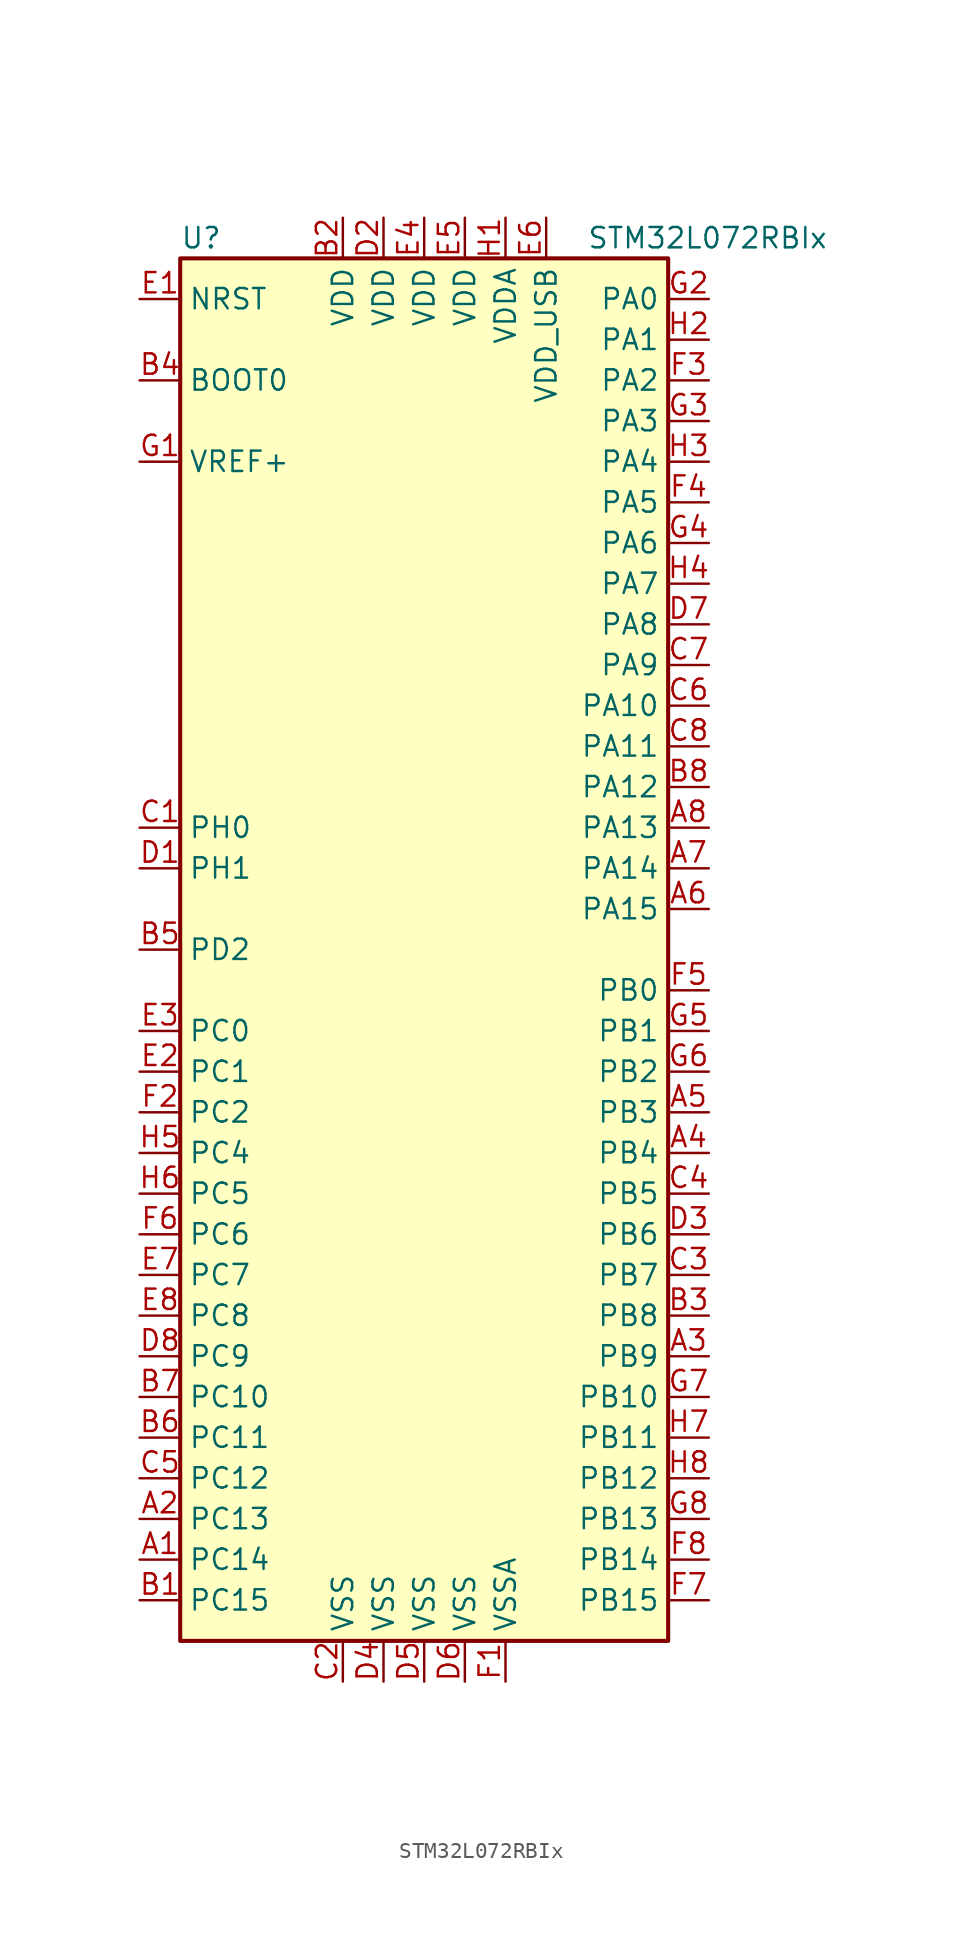
<source format=kicad_sym>
(kicad_symbol_lib
  (version 20201005)
  (generator kicad_symbol_editor)
  (symbol "STM32L072RBIx"
    (property "Reference" "U"
      (at -15.24 44.45 0)
      (effects (font (size 1.27 1.27)) (justify left)))
    (property "Value" "STM32L072RBIx"
      (at 10.16 44.45 0)
      (effects (font (size 1.27 1.27)) (justify left)))
    (symbol "STM32L072RBIx_0_1"
      (rectangle (start -15.24 -43.18) (end 15.24 43.18) (stroke (width 0.254)) (fill (type background))))
    (symbol "STM32L072RBIx_1_1"
      (pin input line (at -17.78 35.56 0) (length 2.54) (name "BOOT0" (effects (font (size 1.27 1.27)))) (number "B4" (effects (font (size 1.27 1.27)))))
      (pin input line (at -17.78 40.64 0) (length 2.54) (name "NRST" (effects (font (size 1.27 1.27)))) (number "E1" (effects (font (size 1.27 1.27)))))
      (pin bidirectional line (at 17.78 40.64 180) (length 2.54) (name "PA0" (effects (font (size 1.27 1.27)))) (number "G2" (effects (font (size 1.27 1.27)))))
      (pin bidirectional line (at 17.78 38.1 180) (length 2.54) (name "PA1" (effects (font (size 1.27 1.27)))) (number "H2" (effects (font (size 1.27 1.27)))))
      (pin bidirectional line (at 17.78 15.24 180) (length 2.54) (name "PA10" (effects (font (size 1.27 1.27)))) (number "C6" (effects (font (size 1.27 1.27)))))
      (pin bidirectional line (at 17.78 12.7 180) (length 2.54) (name "PA11" (effects (font (size 1.27 1.27)))) (number "C8" (effects (font (size 1.27 1.27)))))
      (pin bidirectional line (at 17.78 10.16 180) (length 2.54) (name "PA12" (effects (font (size 1.27 1.27)))) (number "B8" (effects (font (size 1.27 1.27)))))
      (pin bidirectional line (at 17.78 7.62 180) (length 2.54) (name "PA13" (effects (font (size 1.27 1.27)))) (number "A8" (effects (font (size 1.27 1.27)))))
      (pin bidirectional line (at 17.78 5.08 180) (length 2.54) (name "PA14" (effects (font (size 1.27 1.27)))) (number "A7" (effects (font (size 1.27 1.27)))))
      (pin bidirectional line (at 17.78 2.54 180) (length 2.54) (name "PA15" (effects (font (size 1.27 1.27)))) (number "A6" (effects (font (size 1.27 1.27)))))
      (pin bidirectional line (at 17.78 35.56 180) (length 2.54) (name "PA2" (effects (font (size 1.27 1.27)))) (number "F3" (effects (font (size 1.27 1.27)))))
      (pin bidirectional line (at 17.78 33.02 180) (length 2.54) (name "PA3" (effects (font (size 1.27 1.27)))) (number "G3" (effects (font (size 1.27 1.27)))))
      (pin bidirectional line (at 17.78 30.48 180) (length 2.54) (name "PA4" (effects (font (size 1.27 1.27)))) (number "H3" (effects (font (size 1.27 1.27)))))
      (pin bidirectional line (at 17.78 27.94 180) (length 2.54) (name "PA5" (effects (font (size 1.27 1.27)))) (number "F4" (effects (font (size 1.27 1.27)))))
      (pin bidirectional line (at 17.78 25.4 180) (length 2.54) (name "PA6" (effects (font (size 1.27 1.27)))) (number "G4" (effects (font (size 1.27 1.27)))))
      (pin bidirectional line (at 17.78 22.86 180) (length 2.54) (name "PA7" (effects (font (size 1.27 1.27)))) (number "H4" (effects (font (size 1.27 1.27)))))
      (pin bidirectional line (at 17.78 20.32 180) (length 2.54) (name "PA8" (effects (font (size 1.27 1.27)))) (number "D7" (effects (font (size 1.27 1.27)))))
      (pin bidirectional line (at 17.78 17.78 180) (length 2.54) (name "PA9" (effects (font (size 1.27 1.27)))) (number "C7" (effects (font (size 1.27 1.27)))))
      (pin bidirectional line (at 17.78 -2.54 180) (length 2.54) (name "PB0" (effects (font (size 1.27 1.27)))) (number "F5" (effects (font (size 1.27 1.27)))))
      (pin bidirectional line (at 17.78 -5.08 180) (length 2.54) (name "PB1" (effects (font (size 1.27 1.27)))) (number "G5" (effects (font (size 1.27 1.27)))))
      (pin bidirectional line (at 17.78 -27.94 180) (length 2.54) (name "PB10" (effects (font (size 1.27 1.27)))) (number "G7" (effects (font (size 1.27 1.27)))))
      (pin bidirectional line (at 17.78 -30.48 180) (length 2.54) (name "PB11" (effects (font (size 1.27 1.27)))) (number "H7" (effects (font (size 1.27 1.27)))))
      (pin bidirectional line (at 17.78 -33.02 180) (length 2.54) (name "PB12" (effects (font (size 1.27 1.27)))) (number "H8" (effects (font (size 1.27 1.27)))))
      (pin bidirectional line (at 17.78 -35.56 180) (length 2.54) (name "PB13" (effects (font (size 1.27 1.27)))) (number "G8" (effects (font (size 1.27 1.27)))))
      (pin bidirectional line (at 17.78 -38.1 180) (length 2.54) (name "PB14" (effects (font (size 1.27 1.27)))) (number "F8" (effects (font (size 1.27 1.27)))))
      (pin bidirectional line (at 17.78 -40.64 180) (length 2.54) (name "PB15" (effects (font (size 1.27 1.27)))) (number "F7" (effects (font (size 1.27 1.27)))))
      (pin bidirectional line (at 17.78 -7.62 180) (length 2.54) (name "PB2" (effects (font (size 1.27 1.27)))) (number "G6" (effects (font (size 1.27 1.27)))))
      (pin bidirectional line (at 17.78 -10.16 180) (length 2.54) (name "PB3" (effects (font (size 1.27 1.27)))) (number "A5" (effects (font (size 1.27 1.27)))))
      (pin bidirectional line (at 17.78 -12.7 180) (length 2.54) (name "PB4" (effects (font (size 1.27 1.27)))) (number "A4" (effects (font (size 1.27 1.27)))))
      (pin bidirectional line (at 17.78 -15.24 180) (length 2.54) (name "PB5" (effects (font (size 1.27 1.27)))) (number "C4" (effects (font (size 1.27 1.27)))))
      (pin bidirectional line (at 17.78 -17.78 180) (length 2.54) (name "PB6" (effects (font (size 1.27 1.27)))) (number "D3" (effects (font (size 1.27 1.27)))))
      (pin bidirectional line (at 17.78 -20.32 180) (length 2.54) (name "PB7" (effects (font (size 1.27 1.27)))) (number "C3" (effects (font (size 1.27 1.27)))))
      (pin bidirectional line (at 17.78 -22.86 180) (length 2.54) (name "PB8" (effects (font (size 1.27 1.27)))) (number "B3" (effects (font (size 1.27 1.27)))))
      (pin bidirectional line (at 17.78 -25.4 180) (length 2.54) (name "PB9" (effects (font (size 1.27 1.27)))) (number "A3" (effects (font (size 1.27 1.27)))))
      (pin bidirectional line (at -17.78 -5.08 0) (length 2.54) (name "PC0" (effects (font (size 1.27 1.27)))) (number "E3" (effects (font (size 1.27 1.27)))))
      (pin bidirectional line (at -17.78 -7.62 0) (length 2.54) (name "PC1" (effects (font (size 1.27 1.27)))) (number "E2" (effects (font (size 1.27 1.27)))))
      (pin bidirectional line (at -17.78 -27.94 0) (length 2.54) (name "PC10" (effects (font (size 1.27 1.27)))) (number "B7" (effects (font (size 1.27 1.27)))))
      (pin bidirectional line (at -17.78 -30.48 0) (length 2.54) (name "PC11" (effects (font (size 1.27 1.27)))) (number "B6" (effects (font (size 1.27 1.27)))))
      (pin bidirectional line (at -17.78 -33.02 0) (length 2.54) (name "PC12" (effects (font (size 1.27 1.27)))) (number "C5" (effects (font (size 1.27 1.27)))))
      (pin bidirectional line (at -17.78 -35.56 0) (length 2.54) (name "PC13" (effects (font (size 1.27 1.27)))) (number "A2" (effects (font (size 1.27 1.27)))))
      (pin bidirectional line (at -17.78 -38.1 0) (length 2.54) (name "PC14" (effects (font (size 1.27 1.27)))) (number "A1" (effects (font (size 1.27 1.27)))))
      (pin bidirectional line (at -17.78 -40.64 0) (length 2.54) (name "PC15" (effects (font (size 1.27 1.27)))) (number "B1" (effects (font (size 1.27 1.27)))))
      (pin bidirectional line (at -17.78 -10.16 0) (length 2.54) (name "PC2" (effects (font (size 1.27 1.27)))) (number "F2" (effects (font (size 1.27 1.27)))))
      (pin bidirectional line (at -17.78 -12.7 0) (length 2.54) (name "PC4" (effects (font (size 1.27 1.27)))) (number "H5" (effects (font (size 1.27 1.27)))))
      (pin bidirectional line (at -17.78 -15.24 0) (length 2.54) (name "PC5" (effects (font (size 1.27 1.27)))) (number "H6" (effects (font (size 1.27 1.27)))))
      (pin bidirectional line (at -17.78 -17.78 0) (length 2.54) (name "PC6" (effects (font (size 1.27 1.27)))) (number "F6" (effects (font (size 1.27 1.27)))))
      (pin bidirectional line (at -17.78 -20.32 0) (length 2.54) (name "PC7" (effects (font (size 1.27 1.27)))) (number "E7" (effects (font (size 1.27 1.27)))))
      (pin bidirectional line (at -17.78 -22.86 0) (length 2.54) (name "PC8" (effects (font (size 1.27 1.27)))) (number "E8" (effects (font (size 1.27 1.27)))))
      (pin bidirectional line (at -17.78 -25.4 0) (length 2.54) (name "PC9" (effects (font (size 1.27 1.27)))) (number "D8" (effects (font (size 1.27 1.27)))))
      (pin bidirectional line (at -17.78 0 0) (length 2.54) (name "PD2" (effects (font (size 1.27 1.27)))) (number "B5" (effects (font (size 1.27 1.27)))))
      (pin input line (at -17.78 7.62 0) (length 2.54) (name "PH0" (effects (font (size 1.27 1.27)))) (number "C1" (effects (font (size 1.27 1.27)))))
      (pin input line (at -17.78 5.08 0) (length 2.54) (name "PH1" (effects (font (size 1.27 1.27)))) (number "D1" (effects (font (size 1.27 1.27)))))
      (pin power_in line (at -5.08 45.72 270) (length 2.54) (name "VDD" (effects (font (size 1.27 1.27)))) (number "B2" (effects (font (size 1.27 1.27)))))
      (pin power_in line (at -2.54 45.72 270) (length 2.54) (name "VDD" (effects (font (size 1.27 1.27)))) (number "D2" (effects (font (size 1.27 1.27)))))
      (pin power_in line (at 0 45.72 270) (length 2.54) (name "VDD" (effects (font (size 1.27 1.27)))) (number "E4" (effects (font (size 1.27 1.27)))))
      (pin power_in line (at 2.54 45.72 270) (length 2.54) (name "VDD" (effects (font (size 1.27 1.27)))) (number "E5" (effects (font (size 1.27 1.27)))))
      (pin power_in line (at 5.08 45.72 270) (length 2.54) (name "VDDA" (effects (font (size 1.27 1.27)))) (number "H1" (effects (font (size 1.27 1.27)))))
      (pin power_in line (at 7.62 45.72 270) (length 2.54) (name "VDD_USB" (effects (font (size 1.27 1.27)))) (number "E6" (effects (font (size 1.27 1.27)))))
      (pin power_in line (at -17.78 30.48 0) (length 2.54) (name "VREF+" (effects (font (size 1.27 1.27)))) (number "G1" (effects (font (size 1.27 1.27)))))
      (pin power_in line (at -5.08 -45.72 90) (length 2.54) (name "VSS" (effects (font (size 1.27 1.27)))) (number "C2" (effects (font (size 1.27 1.27)))))
      (pin power_in line (at -2.54 -45.72 90) (length 2.54) (name "VSS" (effects (font (size 1.27 1.27)))) (number "D4" (effects (font (size 1.27 1.27)))))
      (pin power_in line (at 0 -45.72 90) (length 2.54) (name "VSS" (effects (font (size 1.27 1.27)))) (number "D5" (effects (font (size 1.27 1.27)))))
      (pin power_in line (at 2.54 -45.72 90) (length 2.54) (name "VSS" (effects (font (size 1.27 1.27)))) (number "D6" (effects (font (size 1.27 1.27)))))
      (pin power_in line (at 5.08 -45.72 90) (length 2.54) (name "VSSA" (effects (font (size 1.27 1.27)))) (number "F1" (effects (font (size 1.27 1.27))))))))
</source>
